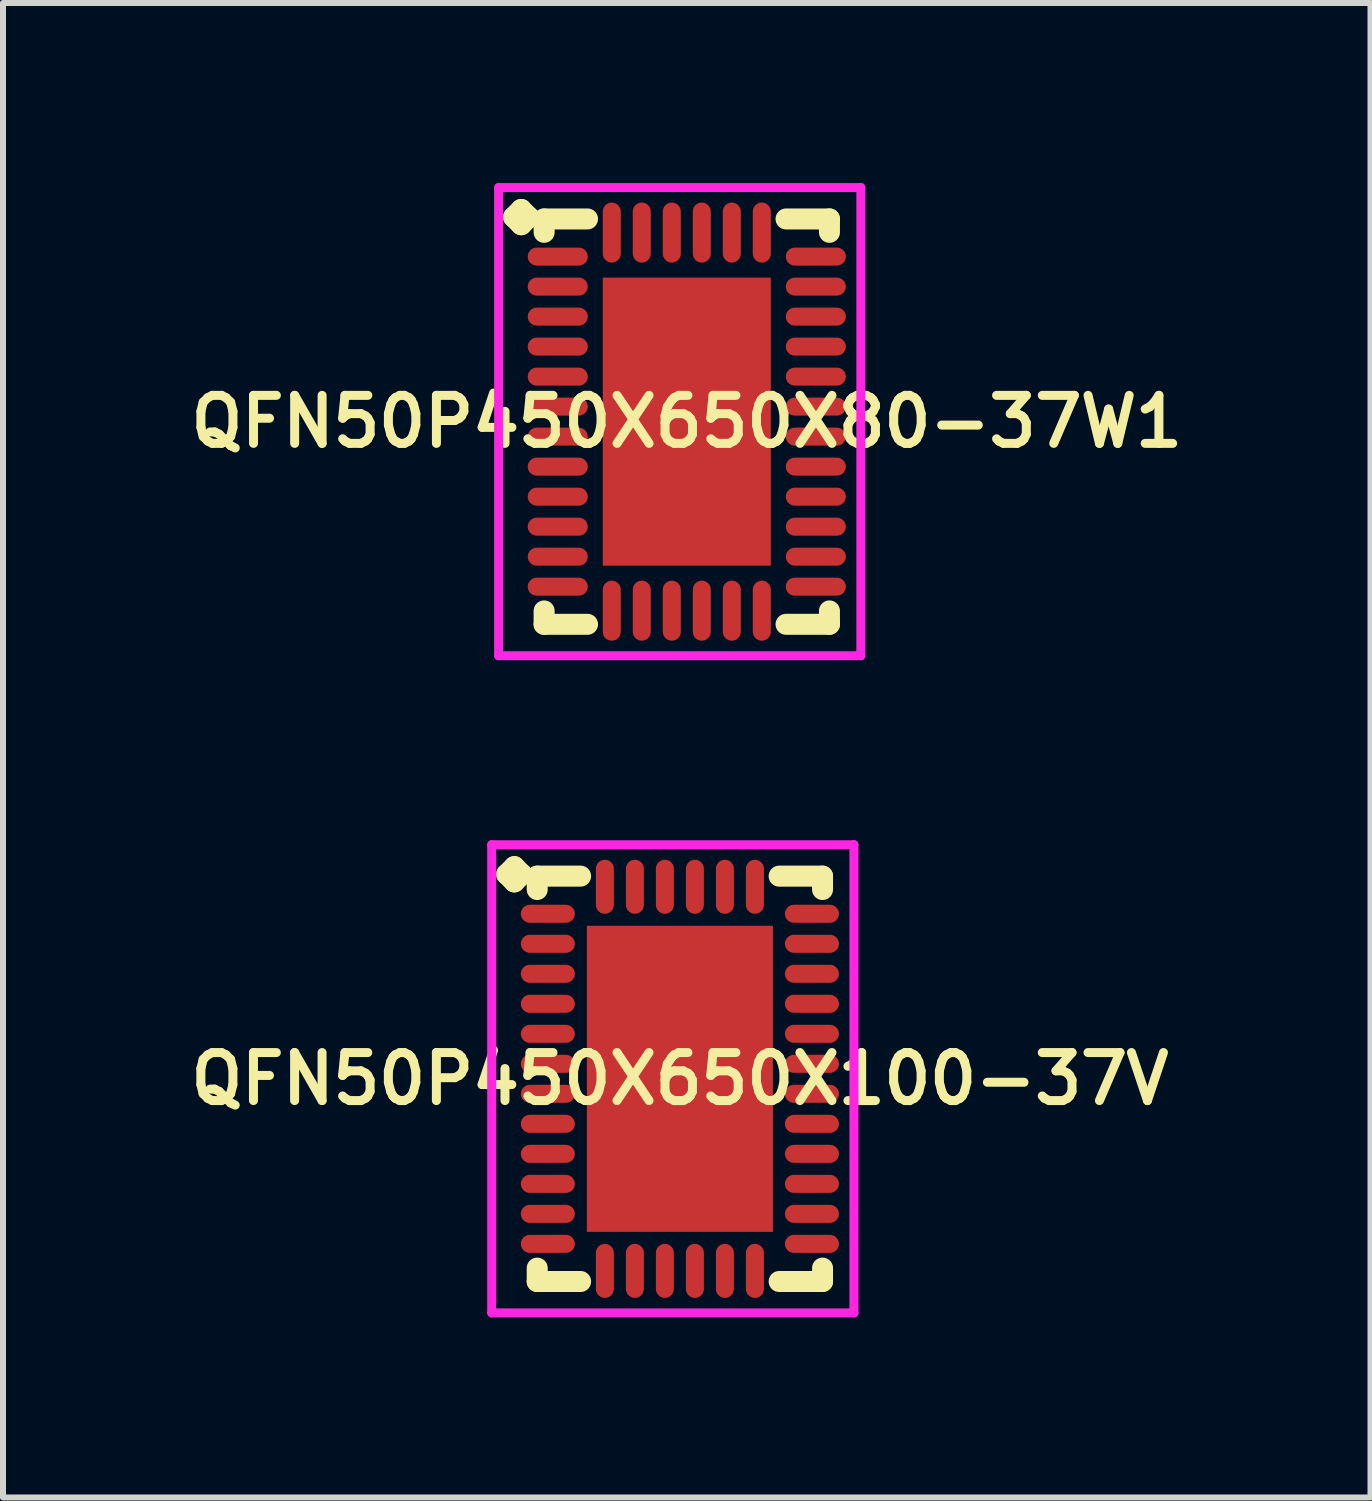
<source format=kicad_pcb>
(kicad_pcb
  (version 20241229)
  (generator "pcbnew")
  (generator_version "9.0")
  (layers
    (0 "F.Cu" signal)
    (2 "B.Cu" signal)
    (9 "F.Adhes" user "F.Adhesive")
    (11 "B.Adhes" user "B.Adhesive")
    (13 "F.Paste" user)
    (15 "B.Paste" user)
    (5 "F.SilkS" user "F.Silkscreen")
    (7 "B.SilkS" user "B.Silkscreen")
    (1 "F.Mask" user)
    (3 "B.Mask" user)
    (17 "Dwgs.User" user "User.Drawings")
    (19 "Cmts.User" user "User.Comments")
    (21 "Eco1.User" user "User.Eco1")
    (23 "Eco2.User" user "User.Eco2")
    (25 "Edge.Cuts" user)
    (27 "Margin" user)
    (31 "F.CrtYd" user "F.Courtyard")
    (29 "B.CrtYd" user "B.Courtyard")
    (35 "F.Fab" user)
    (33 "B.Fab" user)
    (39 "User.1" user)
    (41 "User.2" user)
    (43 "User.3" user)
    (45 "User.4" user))
  (footprint "QFN50P450X650X100-37V"
    (layer "F.Cu")
    (at 8.278 14.925)
    (property "Reference" "QFN50P450X650X100-37V" (at 0 0 0) (layer "F.SilkS") (effects (font (size 0.8 0.8) (thickness 0.15))))
    (attr smd)
    (fp_line (start -2.885 -3.408) (end -2.758 -3.535) (stroke (width 0.35) (type solid)) (layer "F.SilkS"))
    (fp_line (start -2.758 -3.535) (end -2.631 -3.408) (stroke (width 0.35) (type solid)) (layer "F.SilkS"))
    (fp_line (start -2.758 -3.281) (end -2.885 -3.408) (stroke (width 0.35) (type solid)) (layer "F.SilkS"))
    (fp_line (start -2.631 -3.408) (end -2.758 -3.281) (stroke (width 0.35) (type solid)) (layer "F.SilkS"))
    (fp_line (start -2.377 -3.377) (end -1.654 -3.377) (stroke (width 0.35) (type solid)) (layer "F.SilkS"))
    (fp_line (start -2.377 -3.154) (end -2.377 -3.377) (stroke (width 0.35) (type solid)) (layer "F.SilkS"))
    (fp_line (start -2.377 3.154) (end -2.377 3.377) (stroke (width 0.35) (type solid)) (layer "F.SilkS"))
    (fp_line (start -2.377 3.377) (end -1.654 3.377) (stroke (width 0.35) (type solid)) (layer "F.SilkS"))
    (fp_line (start 1.654 -3.377) (end 2.377 -3.377) (stroke (width 0.35) (type solid)) (layer "F.SilkS"))
    (fp_line (start 1.654 3.377) (end 2.377 3.377) (stroke (width 0.35) (type solid)) (layer "F.SilkS"))
    (fp_line (start 2.377 -3.377) (end 2.377 -3.154) (stroke (width 0.35) (type solid)) (layer "F.SilkS"))
    (fp_line (start 2.377 3.377) (end 2.377 3.154) (stroke (width 0.35) (type solid)) (layer "F.SilkS"))
    (fp_line (start -3.135 -3.9) (end 2.9 -3.9) (stroke (width 0.15) (type solid)) (layer "F.CrtYd"))
    (fp_line (start -3.135 3.9) (end -3.135 -3.9) (stroke (width 0.15) (type solid)) (layer "F.CrtYd"))
    (fp_line (start 2.9 -3.9) (end 2.9 3.9) (stroke (width 0.15) (type solid)) (layer "F.CrtYd"))
    (fp_line (start 2.9 3.9) (end -3.135 3.9) (stroke (width 0.15) (type solid)) (layer "F.CrtYd"))
    (pad "1" smd oval (at -2.2 -2.75) (size 0.9 0.3) (layers "F.Cu" "F.Mask" "F.Paste"))
    (pad "2" smd oval (at -2.2 -2.25) (size 0.9 0.3) (layers "F.Cu" "F.Mask" "F.Paste"))
    (pad "3" smd oval (at -2.2 -1.75) (size 0.9 0.3) (layers "F.Cu" "F.Mask" "F.Paste"))
    (pad "4" smd oval (at -2.2 -1.25) (size 0.9 0.3) (layers "F.Cu" "F.Mask" "F.Paste"))
    (pad "5" smd oval (at -2.2 -0.75) (size 0.9 0.3) (layers "F.Cu" "F.Mask" "F.Paste"))
    (pad "6" smd oval (at -2.2 -0.25) (size 0.9 0.3) (layers "F.Cu" "F.Mask" "F.Paste"))
    (pad "7" smd oval (at -2.2 0.25) (size 0.9 0.3) (layers "F.Cu" "F.Mask" "F.Paste"))
    (pad "8" smd oval (at -2.2 0.75) (size 0.9 0.3) (layers "F.Cu" "F.Mask" "F.Paste"))
    (pad "9" smd oval (at -2.2 1.25) (size 0.9 0.3) (layers "F.Cu" "F.Mask" "F.Paste"))
    (pad "10" smd oval (at -2.2 1.75) (size 0.9 0.3) (layers "F.Cu" "F.Mask" "F.Paste"))
    (pad "11" smd oval (at -2.2 2.25) (size 0.9 0.3) (layers "F.Cu" "F.Mask" "F.Paste"))
    (pad "12" smd oval (at -2.2 2.75) (size 0.9 0.3) (layers "F.Cu" "F.Mask" "F.Paste"))
    (pad "13" smd oval (at -1.25 3.2) (size 0.3 0.9) (layers "F.Cu" "F.Mask" "F.Paste"))
    (pad "14" smd oval (at -0.75 3.2) (size 0.3 0.9) (layers "F.Cu" "F.Mask" "F.Paste"))
    (pad "15" smd oval (at -0.25 3.2) (size 0.3 0.9) (layers "F.Cu" "F.Mask" "F.Paste"))
    (pad "16" smd oval (at 0.25 3.2) (size 0.3 0.9) (layers "F.Cu" "F.Mask" "F.Paste"))
    (pad "17" smd oval (at 0.75 3.2) (size 0.3 0.9) (layers "F.Cu" "F.Mask" "F.Paste"))
    (pad "18" smd oval (at 1.25 3.2) (size 0.3 0.9) (layers "F.Cu" "F.Mask" "F.Paste"))
    (pad "19" smd oval (at 2.2 2.75) (size 0.9 0.3) (layers "F.Cu" "F.Mask" "F.Paste"))
    (pad "20" smd oval (at 2.2 2.25) (size 0.9 0.3) (layers "F.Cu" "F.Mask" "F.Paste"))
    (pad "21" smd oval (at 2.2 1.75) (size 0.9 0.3) (layers "F.Cu" "F.Mask" "F.Paste"))
    (pad "22" smd oval (at 2.2 1.25) (size 0.9 0.3) (layers "F.Cu" "F.Mask" "F.Paste"))
    (pad "23" smd oval (at 2.2 0.75) (size 0.9 0.3) (layers "F.Cu" "F.Mask" "F.Paste"))
    (pad "24" smd oval (at 2.2 0.25) (size 0.9 0.3) (layers "F.Cu" "F.Mask" "F.Paste"))
    (pad "25" smd oval (at 2.2 -0.25) (size 0.9 0.3) (layers "F.Cu" "F.Mask" "F.Paste"))
    (pad "26" smd oval (at 2.2 -0.75) (size 0.9 0.3) (layers "F.Cu" "F.Mask" "F.Paste"))
    (pad "27" smd oval (at 2.2 -1.25) (size 0.9 0.3) (layers "F.Cu" "F.Mask" "F.Paste"))
    (pad "28" smd oval (at 2.2 -1.75) (size 0.9 0.3) (layers "F.Cu" "F.Mask" "F.Paste"))
    (pad "29" smd oval (at 2.2 -2.25) (size 0.9 0.3) (layers "F.Cu" "F.Mask" "F.Paste"))
    (pad "30" smd oval (at 2.2 -2.75) (size 0.9 0.3) (layers "F.Cu" "F.Mask" "F.Paste"))
    (pad "31" smd oval (at 1.25 -3.2) (size 0.3 0.9) (layers "F.Cu" "F.Mask" "F.Paste"))
    (pad "32" smd oval (at 0.75 -3.2) (size 0.3 0.9) (layers "F.Cu" "F.Mask" "F.Paste"))
    (pad "33" smd oval (at 0.25 -3.2) (size 0.3 0.9) (layers "F.Cu" "F.Mask" "F.Paste"))
    (pad "34" smd oval (at -0.25 -3.2) (size 0.3 0.9) (layers "F.Cu" "F.Mask" "F.Paste"))
    (pad "35" smd oval (at -0.75 -3.2) (size 0.3 0.9) (layers "F.Cu" "F.Mask" "F.Paste"))
    (pad "36" smd oval (at -1.25 -3.2) (size 0.3 0.9) (layers "F.Cu" "F.Mask" "F.Paste"))
    (pad "37" smd rect (at 0 0) (size 3.1 5.1) (layers "F.Cu" "F.Mask" "F.Paste")))
  (footprint "QFN50P450X650X80-37W1"
    (layer "F.Cu")
    (at 8.393 3.975)
    (property "Reference" "QFN50P450X650X80-37W1" (at 0 0 0) (layer "F.SilkS") (effects (font (size 0.8 0.8) (thickness 0.15))))
    (attr smd)
    (fp_line (start -2.885 -3.408) (end -2.758 -3.535) (stroke (width 0.35) (type solid)) (layer "F.SilkS"))
    (fp_line (start -2.758 -3.535) (end -2.631 -3.408) (stroke (width 0.35) (type solid)) (layer "F.SilkS"))
    (fp_line (start -2.758 -3.281) (end -2.885 -3.408) (stroke (width 0.35) (type solid)) (layer "F.SilkS"))
    (fp_line (start -2.631 -3.408) (end -2.758 -3.281) (stroke (width 0.35) (type solid)) (layer "F.SilkS"))
    (fp_line (start -2.377 -3.377) (end -1.654 -3.377) (stroke (width 0.35) (type solid)) (layer "F.SilkS"))
    (fp_line (start -2.377 -3.154) (end -2.377 -3.377) (stroke (width 0.35) (type solid)) (layer "F.SilkS"))
    (fp_line (start -2.377 3.154) (end -2.377 3.377) (stroke (width 0.35) (type solid)) (layer "F.SilkS"))
    (fp_line (start -2.377 3.377) (end -1.654 3.377) (stroke (width 0.35) (type solid)) (layer "F.SilkS"))
    (fp_line (start 1.654 -3.377) (end 2.377 -3.377) (stroke (width 0.35) (type solid)) (layer "F.SilkS"))
    (fp_line (start 1.654 3.377) (end 2.377 3.377) (stroke (width 0.35) (type solid)) (layer "F.SilkS"))
    (fp_line (start 2.377 -3.377) (end 2.377 -3.154) (stroke (width 0.35) (type solid)) (layer "F.SilkS"))
    (fp_line (start 2.377 3.377) (end 2.377 3.154) (stroke (width 0.35) (type solid)) (layer "F.SilkS"))
    (fp_line (start -3.135 -3.9) (end 2.9 -3.9) (stroke (width 0.15) (type solid)) (layer "F.CrtYd"))
    (fp_line (start -3.135 3.9) (end -3.135 -3.9) (stroke (width 0.15) (type solid)) (layer "F.CrtYd"))
    (fp_line (start 2.9 -3.9) (end 2.9 3.9) (stroke (width 0.15) (type solid)) (layer "F.CrtYd"))
    (fp_line (start 2.9 3.9) (end -3.135 3.9) (stroke (width 0.15) (type solid)) (layer "F.CrtYd"))
    (pad "1" smd oval (at -2.15 -2.75) (size 1 0.3) (layers "F.Cu" "F.Mask" "F.Paste"))
    (pad "2" smd oval (at -2.15 -2.25) (size 1 0.3) (layers "F.Cu" "F.Mask" "F.Paste"))
    (pad "3" smd oval (at -2.15 -1.75) (size 1 0.3) (layers "F.Cu" "F.Mask" "F.Paste"))
    (pad "4" smd oval (at -2.15 -1.25) (size 1 0.3) (layers "F.Cu" "F.Mask" "F.Paste"))
    (pad "5" smd oval (at -2.15 -0.75) (size 1 0.3) (layers "F.Cu" "F.Mask" "F.Paste"))
    (pad "6" smd oval (at -2.15 -0.25) (size 1 0.3) (layers "F.Cu" "F.Mask" "F.Paste"))
    (pad "7" smd oval (at -2.15 0.25) (size 1 0.3) (layers "F.Cu" "F.Mask" "F.Paste"))
    (pad "8" smd oval (at -2.15 0.75) (size 1 0.3) (layers "F.Cu" "F.Mask" "F.Paste"))
    (pad "9" smd oval (at -2.15 1.25) (size 1 0.3) (layers "F.Cu" "F.Mask" "F.Paste"))
    (pad "10" smd oval (at -2.15 1.75) (size 1 0.3) (layers "F.Cu" "F.Mask" "F.Paste"))
    (pad "11" smd oval (at -2.15 2.25) (size 1 0.3) (layers "F.Cu" "F.Mask" "F.Paste"))
    (pad "12" smd oval (at -2.15 2.75) (size 1 0.3) (layers "F.Cu" "F.Mask" "F.Paste"))
    (pad "13" smd oval (at -1.25 3.15) (size 0.3 1) (layers "F.Cu" "F.Mask" "F.Paste"))
    (pad "14" smd oval (at -0.75 3.15) (size 0.3 1) (layers "F.Cu" "F.Mask" "F.Paste"))
    (pad "15" smd oval (at -0.25 3.15) (size 0.3 1) (layers "F.Cu" "F.Mask" "F.Paste"))
    (pad "16" smd oval (at 0.25 3.15) (size 0.3 1) (layers "F.Cu" "F.Mask" "F.Paste"))
    (pad "17" smd oval (at 0.75 3.15) (size 0.3 1) (layers "F.Cu" "F.Mask" "F.Paste"))
    (pad "18" smd oval (at 1.25 3.15) (size 0.3 1) (layers "F.Cu" "F.Mask" "F.Paste"))
    (pad "19" smd oval (at 2.15 2.75) (size 1 0.3) (layers "F.Cu" "F.Mask" "F.Paste"))
    (pad "20" smd oval (at 2.15 2.25) (size 1 0.3) (layers "F.Cu" "F.Mask" "F.Paste"))
    (pad "21" smd oval (at 2.15 1.75) (size 1 0.3) (layers "F.Cu" "F.Mask" "F.Paste"))
    (pad "22" smd oval (at 2.15 1.25) (size 1 0.3) (layers "F.Cu" "F.Mask" "F.Paste"))
    (pad "23" smd oval (at 2.15 0.75) (size 1 0.3) (layers "F.Cu" "F.Mask" "F.Paste"))
    (pad "24" smd oval (at 2.15 0.25) (size 1 0.3) (layers "F.Cu" "F.Mask" "F.Paste"))
    (pad "25" smd oval (at 2.15 -0.25) (size 1 0.3) (layers "F.Cu" "F.Mask" "F.Paste"))
    (pad "26" smd oval (at 2.15 -0.75) (size 1 0.3) (layers "F.Cu" "F.Mask" "F.Paste"))
    (pad "27" smd oval (at 2.15 -1.25) (size 1 0.3) (layers "F.Cu" "F.Mask" "F.Paste"))
    (pad "28" smd oval (at 2.15 -1.75) (size 1 0.3) (layers "F.Cu" "F.Mask" "F.Paste"))
    (pad "29" smd oval (at 2.15 -2.25) (size 1 0.3) (layers "F.Cu" "F.Mask" "F.Paste"))
    (pad "30" smd oval (at 2.15 -2.75) (size 1 0.3) (layers "F.Cu" "F.Mask" "F.Paste"))
    (pad "31" smd oval (at 1.25 -3.15) (size 0.3 1) (layers "F.Cu" "F.Mask" "F.Paste"))
    (pad "32" smd oval (at 0.75 -3.15) (size 0.3 1) (layers "F.Cu" "F.Mask" "F.Paste"))
    (pad "33" smd oval (at 0.25 -3.15) (size 0.3 1) (layers "F.Cu" "F.Mask" "F.Paste"))
    (pad "34" smd oval (at -0.25 -3.15) (size 0.3 1) (layers "F.Cu" "F.Mask" "F.Paste"))
    (pad "35" smd oval (at -0.75 -3.15) (size 0.3 1) (layers "F.Cu" "F.Mask" "F.Paste"))
    (pad "36" smd oval (at -1.25 -3.15) (size 0.3 1) (layers "F.Cu" "F.Mask" "F.Paste"))
    (pad "37" smd rect (at 0 0) (size 2.8 4.8) (layers "F.Cu" "F.Mask" "F.Paste")))
  (gr_rect
    (start -3 -3)
    (end 19.785 21.9)
    (stroke (width 0.1) (type default))
    (fill no)
    (layer "Edge.Cuts")))
</source>
